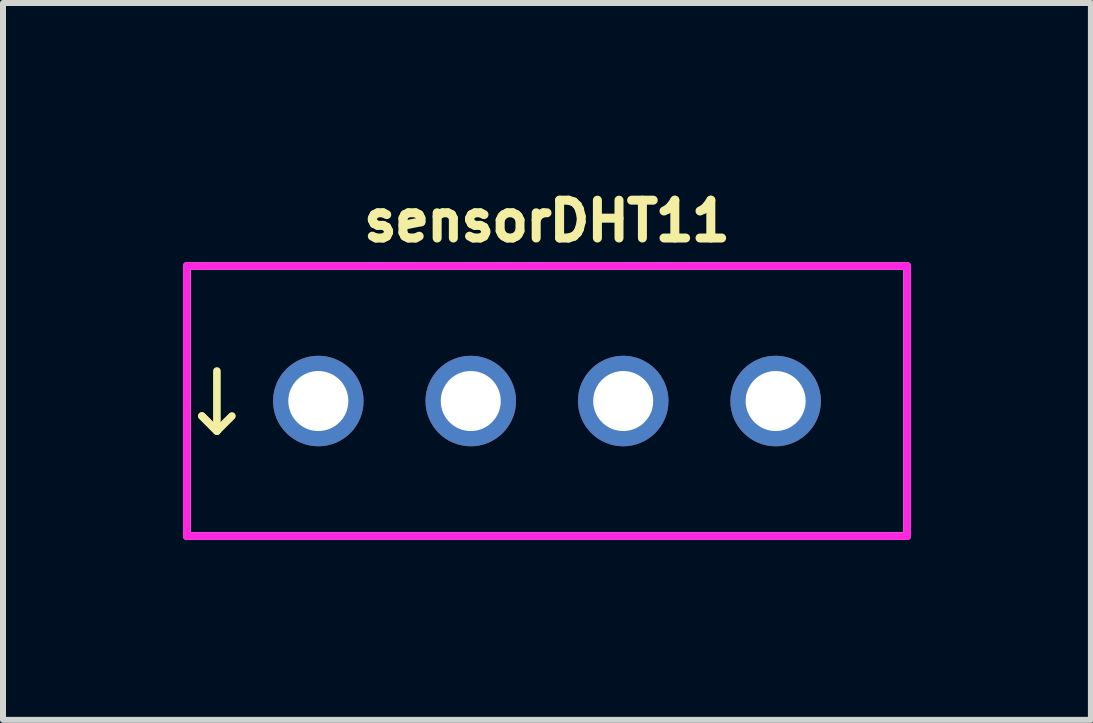
<source format=kicad_pcb>
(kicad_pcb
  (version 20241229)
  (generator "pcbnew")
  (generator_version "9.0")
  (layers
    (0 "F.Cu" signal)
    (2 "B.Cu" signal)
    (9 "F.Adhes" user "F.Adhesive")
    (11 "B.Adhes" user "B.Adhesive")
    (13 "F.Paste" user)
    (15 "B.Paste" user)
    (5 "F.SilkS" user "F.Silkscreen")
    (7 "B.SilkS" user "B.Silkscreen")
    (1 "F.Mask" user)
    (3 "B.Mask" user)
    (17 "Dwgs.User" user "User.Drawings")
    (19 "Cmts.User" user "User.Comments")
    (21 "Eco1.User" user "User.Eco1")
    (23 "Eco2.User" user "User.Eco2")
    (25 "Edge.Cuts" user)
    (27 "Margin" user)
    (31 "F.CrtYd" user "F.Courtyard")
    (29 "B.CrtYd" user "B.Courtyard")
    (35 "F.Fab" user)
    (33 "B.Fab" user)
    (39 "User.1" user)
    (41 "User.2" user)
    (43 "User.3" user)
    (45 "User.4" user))
  (footprint "sensorDHT11"
    (layer "F.Cu")
    (at 6.064 3.632)
    (property "Reference" "sensorDHT11" (at 0 -3 0) (layer "F.SilkS") (effects (font (size 0.63 0.63) (thickness 0.15))))
    (attr through_hole)
    (fp_line (start -6 -2.25) (end 6 -2.25) (stroke (width 0.127) (type solid)) (layer "F.SilkS"))
    (fp_line (start -6 2.25) (end -6 -2.25) (stroke (width 0.127) (type solid)) (layer "F.SilkS"))
    (fp_line (start -5.75 0.25) (end -5.5 0.5) (stroke (width 0.127) (type solid)) (layer "F.SilkS"))
    (fp_line (start -5.5 -0.5) (end -5.5 0.5) (stroke (width 0.127) (type solid)) (layer "F.SilkS"))
    (fp_line (start -5.5 0.5) (end -5.75 0.25) (stroke (width 0.127) (type solid)) (layer "F.SilkS"))
    (fp_line (start -5.5 0.5) (end -5.25 0.25) (stroke (width 0.127) (type solid)) (layer "F.SilkS"))
    (fp_line (start 6 -2.25) (end 6 2.25) (stroke (width 0.127) (type solid)) (layer "F.SilkS"))
    (fp_line (start 6 2.25) (end -6 2.25) (stroke (width 0.127) (type solid)) (layer "F.SilkS"))
    (fp_line (start -6 -2.25) (end 6 -2.25) (stroke (width 0.127) (type solid)) (layer "F.CrtYd"))
    (fp_line (start -6 2.25) (end -6 -2.25) (stroke (width 0.127) (type solid)) (layer "F.CrtYd"))
    (fp_line (start 6 -2.25) (end 6 2.25) (stroke (width 0.127) (type solid)) (layer "F.CrtYd"))
    (fp_line (start 6 2.25) (end -6 2.25) (stroke (width 0.127) (type solid)) (layer "F.CrtYd"))
    (fp_line (start -6 -2.25) (end 6 -2.25) (stroke (width 0.127) (type solid)) (layer "F.Fab"))
    (fp_line (start -6 2.25) (end -6 -2.25) (stroke (width 0.127) (type solid)) (layer "F.Fab"))
    (fp_line (start 6 -2.25) (end 6 2.25) (stroke (width 0.127) (type solid)) (layer "F.Fab"))
    (fp_line (start 6 2.25) (end -6 2.25) (stroke (width 0.127) (type solid)) (layer "F.Fab"))
    (pad "P$1" thru_hole circle (at -3.81 0) (size 1.508 1.508) (drill 1) (layers "*.Cu" "*.Mask"))
    (pad "P$2" thru_hole circle (at -1.27 0) (size 1.508 1.508) (drill 1) (layers "*.Cu" "*.Mask"))
    (pad "P$3" thru_hole circle (at 1.27 0) (size 1.508 1.508) (drill 1) (layers "*.Cu" "*.Mask"))
    (pad "P$4" thru_hole circle (at 3.81 0) (size 1.508 1.508) (drill 1) (layers "*.Cu" "*.Mask")))
  (gr_rect
    (start -3 -3)
    (end 15.127 8.945)
    (stroke (width 0.1) (type default))
    (fill no)
    (layer "Edge.Cuts")))
</source>
